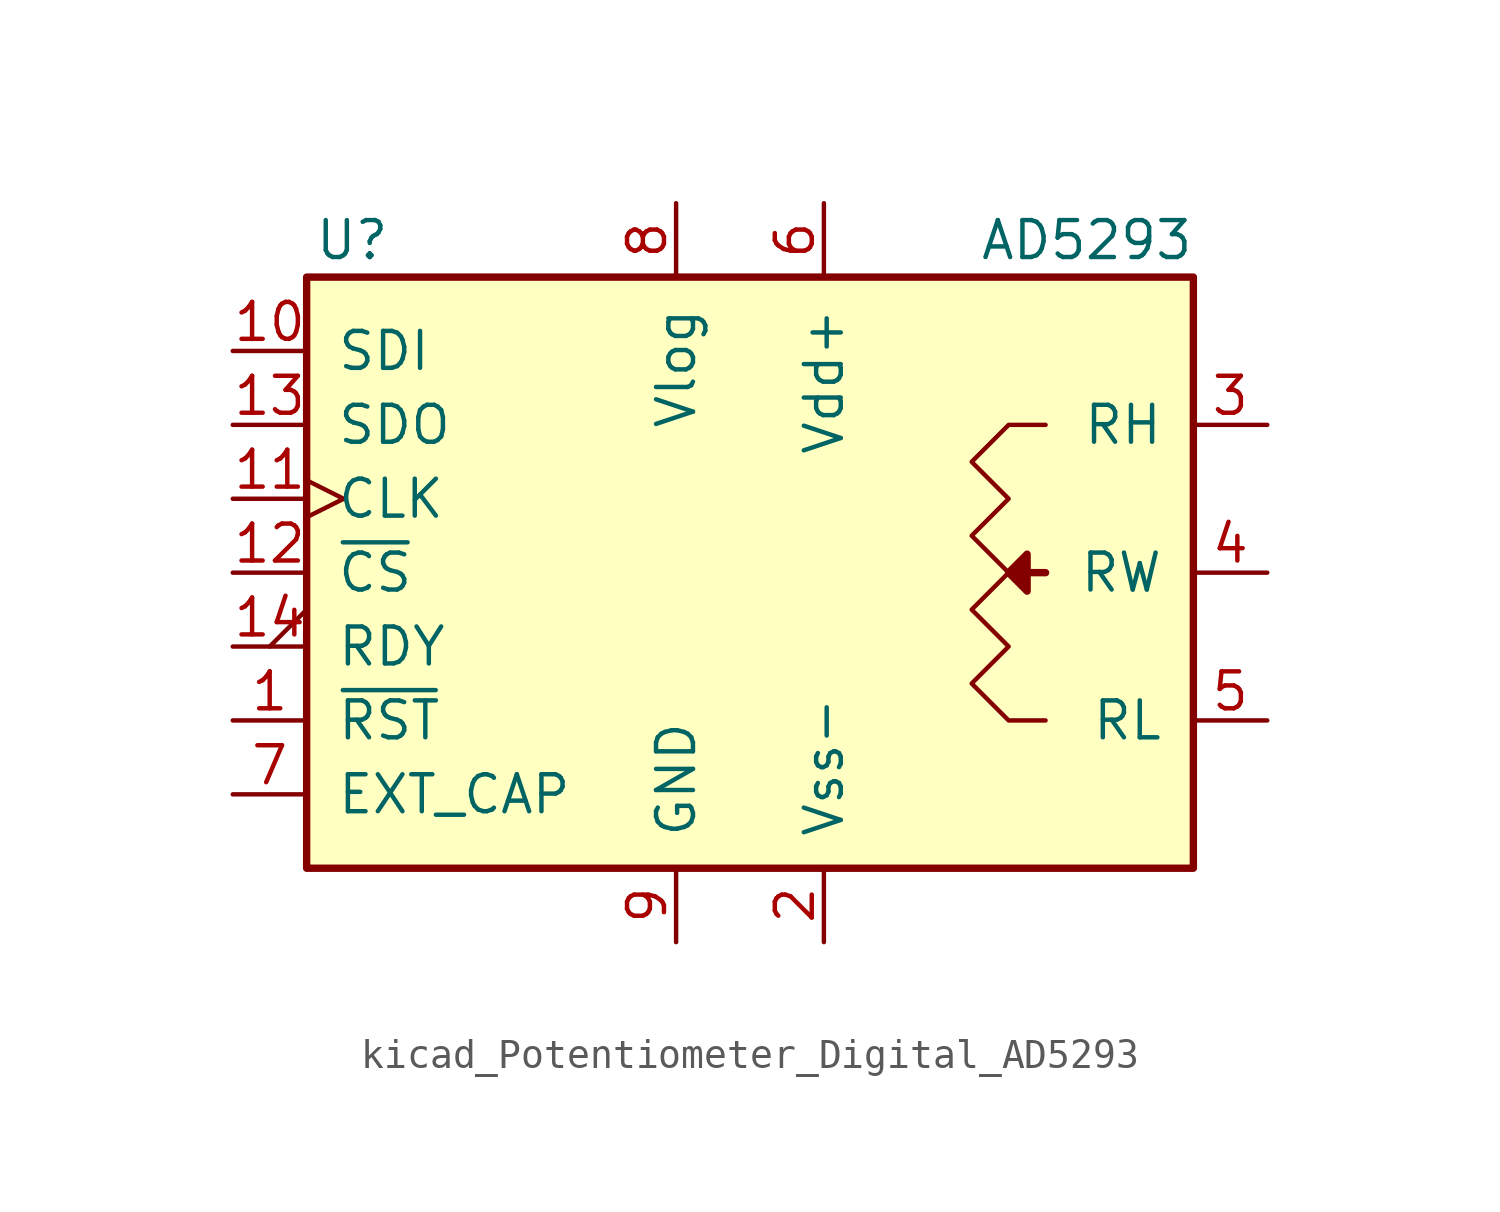
<source format=kicad_sym>
(kicad_symbol_lib
  (version 20220914)
  (generator kicad_symbol_editor)
  (symbol "kicad_Potentiometer_Digital_AD5293"
    (pin_names
      (offset 1.016))
    (property "Reference" "U"
      (at -14.986 11.43 0)
      (effects (font (size 1.27 1.27)) (justify left)))
    (property "Value" "AD5293"
      (at 7.874 11.43 0)
      (effects (font (size 1.27 1.27)) (justify left)))
    (symbol "kicad_Potentiometer_Digital_AD5293_0_1"
      (rectangle (start -15.24 10.16) (end 15.24 -10.16) (stroke (width 0.254) (type default)) (fill (type background)))
      (polyline (pts (xy 9.525 0) (xy 10.16 0)) (stroke (width 0.254) (type default)) (fill (type none)))
      (polyline (pts (xy 8.89 0) (xy 9.525 0.635) (xy 9.525 -0.635) (xy 8.89 0)) (stroke (width 0.254) (type default)) (fill (type outline)))
      (polyline (pts (xy 10.16 5.08) (xy 8.89 5.08) (xy 7.62 3.81) (xy 8.89 2.54) (xy 7.62 1.27) (xy 8.89 0) (xy 7.62 -1.27) (xy 8.89 -2.54) (xy 7.62 -3.81) (xy 8.89 -5.08) (xy 10.16 -5.08) (xy 10.16 -5.08) (xy 10.16 -5.08)) (stroke (width 0) (type default)) (fill (type none))))
    (symbol "kicad_Potentiometer_Digital_AD5293_1_1"
      (pin input line (at -17.78 -5.08 0) (length 2.54) (name "~{RST}" (effects (font (size 1.27 1.27)))) (number "1" (effects (font (size 1.27 1.27)))))
      (pin input line (at -17.78 7.62 0) (length 2.54) (name "SDI" (effects (font (size 1.27 1.27)))) (number "10" (effects (font (size 1.27 1.27)))))
      (pin input clock (at -17.78 2.54 0) (length 2.54) (name "CLK" (effects (font (size 1.27 1.27)))) (number "11" (effects (font (size 1.27 1.27)))))
      (pin input line (at -17.78 0 0) (length 2.54) (name "~{CS}" (effects (font (size 1.27 1.27)))) (number "12" (effects (font (size 1.27 1.27)))))
      (pin output line (at -17.78 5.08 0) (length 2.54) (name "SDO" (effects (font (size 1.27 1.27)))) (number "13" (effects (font (size 1.27 1.27)))))
      (pin open_collector output_low (at -17.78 -2.54 0) (length 2.54) (name "RDY" (effects (font (size 1.27 1.27)))) (number "14" (effects (font (size 1.27 1.27)))))
      (pin power_in line (at 2.54 -12.7 90) (length 2.54) (name "Vss-" (effects (font (size 1.27 1.27)))) (number "2" (effects (font (size 1.27 1.27)))))
      (pin passive line (at 17.78 5.08 180) (length 2.54) (name "RH" (effects (font (size 1.27 1.27)))) (number "3" (effects (font (size 1.27 1.27)))))
      (pin passive line (at 17.78 0 180) (length 2.54) (name "RW" (effects (font (size 1.27 1.27)))) (number "4" (effects (font (size 1.27 1.27)))))
      (pin passive line (at 17.78 -5.08 180) (length 2.54) (name "RL" (effects (font (size 1.27 1.27)))) (number "5" (effects (font (size 1.27 1.27)))))
      (pin power_in line (at 2.54 12.7 270) (length 2.54) (name "Vdd+" (effects (font (size 1.27 1.27)))) (number "6" (effects (font (size 1.27 1.27)))))
      (pin passive line (at -17.78 -7.62 0) (length 2.54) (name "EXT_CAP" (effects (font (size 1.27 1.27)))) (number "7" (effects (font (size 1.27 1.27)))))
      (pin power_in line (at -2.54 12.7 270) (length 2.54) (name "Vlog" (effects (font (size 1.27 1.27)))) (number "8" (effects (font (size 1.27 1.27)))))
      (pin power_in line (at -2.54 -12.7 90) (length 2.54) (name "GND" (effects (font (size 1.27 1.27)))) (number "9" (effects (font (size 1.27 1.27))))))))
</source>
